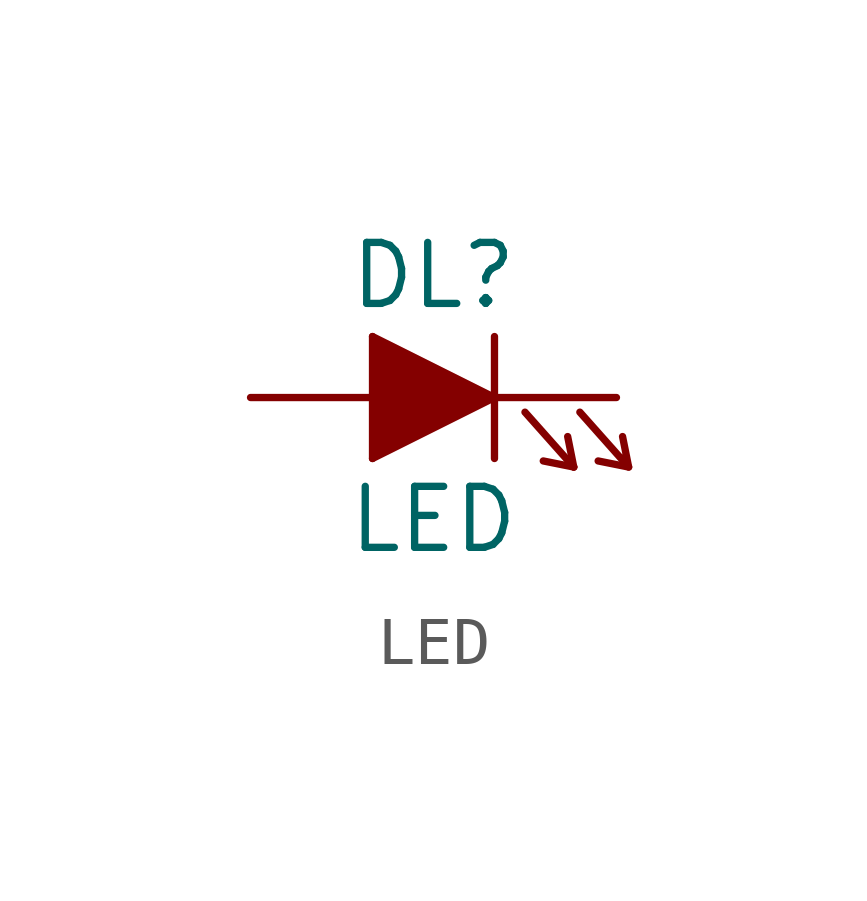
<source format=kicad_sym>
(kicad_symbol_lib
  (version 20211014)
  (generator kicad_symbol_editor)
  (symbol "LED"
    (pin_numbers hide)
    (pin_names
      (offset 1.016) hide)
    (property "Reference" "DL"
      (at 0 2.54 0)
      (effects (font (size 1.27 1.27))))
    (property "Value" "LED"
      (at 0 -2.54 0)
      (effects (font (size 1.27 1.27))))
    (symbol "LED_0_1"
      (polyline (pts (xy -1.27 1.27) (xy -1.27 -1.27)) (stroke (width 0) (type default) (color 0 0 0 0)) (fill (type none)))
      (polyline (pts (xy 1.27 1.27) (xy 1.27 -1.27)) (stroke (width 0) (type default) (color 0 0 0 0)) (fill (type none)))
      (polyline (pts (xy 1.905 -0.305) (xy 2.921 -1.448)) (stroke (width 0) (type default) (color 0 0 0 0)) (fill (type none)))
      (polyline (pts (xy 2.921 -1.448) (xy 2.286 -1.321)) (stroke (width 0) (type default) (color 0 0 0 0)) (fill (type none)))
      (polyline (pts (xy 2.921 -1.448) (xy 2.794 -0.813)) (stroke (width 0) (type default) (color 0 0 0 0)) (fill (type none)))
      (polyline (pts (xy 4.064 -1.448) (xy 3.429 -1.321)) (stroke (width 0) (type default) (color 0 0 0 0)) (fill (type none)))
      (polyline (pts (xy -1.27 1.27) (xy 1.27 0) (xy -1.27 -1.27)) (stroke (width 0) (type default) (color 0 0 0 0)) (fill (type outline)))
      (polyline (pts (xy 3.048 -0.305) (xy 4.064 -1.448) (xy 3.937 -0.813)) (stroke (width 0) (type default) (color 0 0 0 0)) (fill (type none))))
    (symbol "LED_1_1"
      (pin passive line (at 3.81 0 180) (length 2.54) (name "K" (effects (font (size 1.016 1.016)))) (number "1" (effects (font (size 1.016 1.016)))))
      (pin passive line (at -3.81 0 0) (length 2.54) (name "A" (effects (font (size 1.016 1.016)))) (number "2" (effects (font (size 1.016 1.016))))))))
</source>
